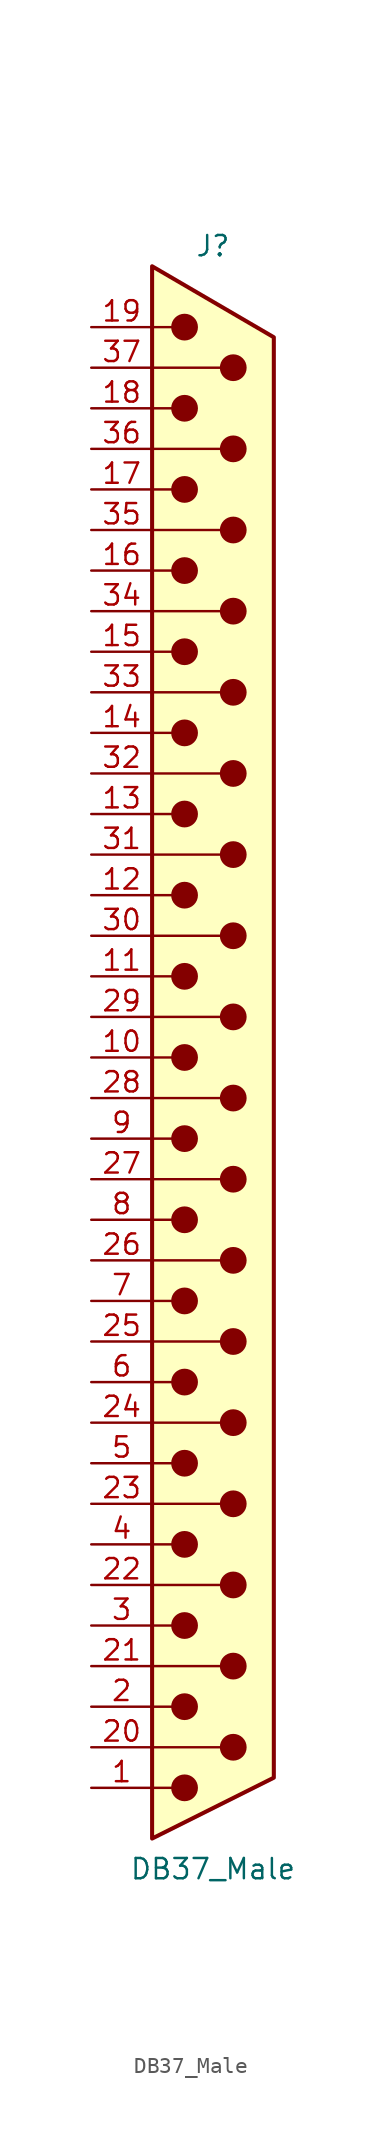
<source format=kicad_sym>
(kicad_symbol_lib
  (version 20201005)
  (generator kicad_symbol_editor)
  (symbol "DB37_Male"
    (pin_names
      (offset 1.016) hide)
    (property "Reference" "J"
      (at 0 50.8 0)
      (effects (font (size 1.27 1.27))))
    (property "Value" "DB37_Male"
      (at 0 -50.8 0)
      (effects (font (size 1.27 1.27))))
    (symbol "DB37_Male_0_1"
      (circle (center -1.778 -45.72) (radius 0.762) (stroke (width 0)) (fill (type outline)))
      (circle (center -1.778 -40.64) (radius 0.762) (stroke (width 0)) (fill (type outline)))
      (circle (center -1.778 -35.56) (radius 0.762) (stroke (width 0)) (fill (type outline)))
      (circle (center -1.778 -30.48) (radius 0.762) (stroke (width 0)) (fill (type outline)))
      (circle (center -1.778 -25.4) (radius 0.762) (stroke (width 0)) (fill (type outline)))
      (circle (center -1.778 -20.32) (radius 0.762) (stroke (width 0)) (fill (type outline)))
      (circle (center -1.778 -15.24) (radius 0.762) (stroke (width 0)) (fill (type outline)))
      (circle (center -1.778 -10.16) (radius 0.762) (stroke (width 0)) (fill (type outline)))
      (circle (center -1.778 -5.08) (radius 0.762) (stroke (width 0)) (fill (type outline)))
      (circle (center -1.778 0) (radius 0.762) (stroke (width 0)) (fill (type outline)))
      (circle (center -1.778 5.08) (radius 0.762) (stroke (width 0)) (fill (type outline)))
      (circle (center -1.778 10.16) (radius 0.762) (stroke (width 0)) (fill (type outline)))
      (circle (center -1.778 15.24) (radius 0.762) (stroke (width 0)) (fill (type outline)))
      (circle (center -1.778 20.32) (radius 0.762) (stroke (width 0)) (fill (type outline)))
      (circle (center -1.778 25.4) (radius 0.762) (stroke (width 0)) (fill (type outline)))
      (circle (center -1.778 30.48) (radius 0.762) (stroke (width 0)) (fill (type outline)))
      (circle (center -1.778 35.56) (radius 0.762) (stroke (width 0)) (fill (type outline)))
      (circle (center -1.778 40.64) (radius 0.762) (stroke (width 0)) (fill (type outline)))
      (circle (center -1.778 45.72) (radius 0.762) (stroke (width 0)) (fill (type outline)))
      (circle (center 1.27 -43.18) (radius 0.762) (stroke (width 0)) (fill (type outline)))
      (circle (center 1.27 -38.1) (radius 0.762) (stroke (width 0)) (fill (type outline)))
      (circle (center 1.27 -33.02) (radius 0.762) (stroke (width 0)) (fill (type outline)))
      (circle (center 1.27 -27.94) (radius 0.762) (stroke (width 0)) (fill (type outline)))
      (circle (center 1.27 -22.86) (radius 0.762) (stroke (width 0)) (fill (type outline)))
      (circle (center 1.27 -17.78) (radius 0.762) (stroke (width 0)) (fill (type outline)))
      (circle (center 1.27 -12.7) (radius 0.762) (stroke (width 0)) (fill (type outline)))
      (circle (center 1.27 -7.62) (radius 0.762) (stroke (width 0)) (fill (type outline)))
      (circle (center 1.27 -2.54) (radius 0.762) (stroke (width 0)) (fill (type outline)))
      (circle (center 1.27 2.54) (radius 0.762) (stroke (width 0)) (fill (type outline)))
      (circle (center 1.27 7.62) (radius 0.762) (stroke (width 0)) (fill (type outline)))
      (circle (center 1.27 12.7) (radius 0.762) (stroke (width 0)) (fill (type outline)))
      (circle (center 1.27 17.78) (radius 0.762) (stroke (width 0)) (fill (type outline)))
      (circle (center 1.27 22.86) (radius 0.762) (stroke (width 0)) (fill (type outline)))
      (circle (center 1.27 27.94) (radius 0.762) (stroke (width 0)) (fill (type outline)))
      (circle (center 1.27 33.02) (radius 0.762) (stroke (width 0)) (fill (type outline)))
      (circle (center 1.27 38.1) (radius 0.762) (stroke (width 0)) (fill (type outline)))
      (circle (center 1.27 43.18) (radius 0.762) (stroke (width 0)) (fill (type outline)))
      (polyline (pts (xy -3.81 -45.72) (xy -2.54 -45.72)) (stroke (width 0)) (fill (type none)))
      (polyline (pts (xy -3.81 -43.18) (xy 0.508 -43.18)) (stroke (width 0)) (fill (type none)))
      (polyline (pts (xy -3.81 -40.64) (xy -2.54 -40.64)) (stroke (width 0)) (fill (type none)))
      (polyline (pts (xy -3.81 -38.1) (xy 0.508 -38.1)) (stroke (width 0)) (fill (type none)))
      (polyline (pts (xy -3.81 -35.56) (xy -2.54 -35.56)) (stroke (width 0)) (fill (type none)))
      (polyline (pts (xy -3.81 -33.02) (xy 0.508 -33.02)) (stroke (width 0)) (fill (type none)))
      (polyline (pts (xy -3.81 -30.48) (xy -2.54 -30.48)) (stroke (width 0)) (fill (type none)))
      (polyline (pts (xy -3.81 -27.94) (xy 0.508 -27.94)) (stroke (width 0)) (fill (type none)))
      (polyline (pts (xy -3.81 -25.4) (xy -2.54 -25.4)) (stroke (width 0)) (fill (type none)))
      (polyline (pts (xy -3.81 -22.86) (xy 0.508 -22.86)) (stroke (width 0)) (fill (type none)))
      (polyline (pts (xy -3.81 -20.32) (xy -2.54 -20.32)) (stroke (width 0)) (fill (type none)))
      (polyline (pts (xy -3.81 -17.78) (xy 0.508 -17.78)) (stroke (width 0)) (fill (type none)))
      (polyline (pts (xy -3.81 -15.24) (xy -2.54 -15.24)) (stroke (width 0)) (fill (type none)))
      (polyline (pts (xy -3.81 -12.7) (xy 0.508 -12.7)) (stroke (width 0)) (fill (type none)))
      (polyline (pts (xy -3.81 -10.16) (xy -2.54 -10.16)) (stroke (width 0)) (fill (type none)))
      (polyline (pts (xy -3.81 -7.62) (xy 0.508 -7.62)) (stroke (width 0)) (fill (type none)))
      (polyline (pts (xy -3.81 -5.08) (xy -2.54 -5.08)) (stroke (width 0)) (fill (type none)))
      (polyline (pts (xy -3.81 -2.54) (xy 0.508 -2.54)) (stroke (width 0)) (fill (type none)))
      (polyline (pts (xy -3.81 0) (xy -2.54 0)) (stroke (width 0)) (fill (type none)))
      (polyline (pts (xy -3.81 2.54) (xy 0.508 2.54)) (stroke (width 0)) (fill (type none)))
      (polyline (pts (xy -3.81 5.08) (xy -2.54 5.08)) (stroke (width 0)) (fill (type none)))
      (polyline (pts (xy -3.81 7.62) (xy 0.508 7.62)) (stroke (width 0)) (fill (type none)))
      (polyline (pts (xy -3.81 10.16) (xy -2.54 10.16)) (stroke (width 0)) (fill (type none)))
      (polyline (pts (xy -3.81 12.7) (xy 0.508 12.7)) (stroke (width 0)) (fill (type none)))
      (polyline (pts (xy -3.81 15.24) (xy -2.54 15.24)) (stroke (width 0)) (fill (type none)))
      (polyline (pts (xy -3.81 17.78) (xy 0.508 17.78)) (stroke (width 0)) (fill (type none)))
      (polyline (pts (xy -3.81 20.32) (xy -2.54 20.32)) (stroke (width 0)) (fill (type none)))
      (polyline (pts (xy -3.81 22.86) (xy 0.508 22.86)) (stroke (width 0)) (fill (type none)))
      (polyline (pts (xy -3.81 25.4) (xy -2.54 25.4)) (stroke (width 0)) (fill (type none)))
      (polyline (pts (xy -3.81 27.94) (xy 0.508 27.94)) (stroke (width 0)) (fill (type none)))
      (polyline (pts (xy -3.81 30.48) (xy -2.54 30.48)) (stroke (width 0)) (fill (type none)))
      (polyline (pts (xy -3.81 33.02) (xy 0.508 33.02)) (stroke (width 0)) (fill (type none)))
      (polyline (pts (xy -3.81 35.56) (xy -2.54 35.56)) (stroke (width 0)) (fill (type none)))
      (polyline (pts (xy -3.81 38.1) (xy 0.508 38.1)) (stroke (width 0)) (fill (type none)))
      (polyline (pts (xy -3.81 40.64) (xy -2.54 40.64)) (stroke (width 0)) (fill (type none)))
      (polyline (pts (xy -3.81 43.18) (xy 0.508 43.18)) (stroke (width 0)) (fill (type none)))
      (polyline (pts (xy -3.81 45.72) (xy -2.54 45.72)) (stroke (width 0)) (fill (type none)))
      (polyline (pts (xy -3.81 49.53) (xy 3.81 45.085) (xy 3.81 -45.085) (xy -3.81 -48.895) (xy -3.81 49.53)) (stroke (width 0.254)) (fill (type background))))
    (symbol "DB37_Male_1_1"
      (pin passive line (at -7.62 -45.72 0) (length 3.81) (name "1" (effects (font (size 1.27 1.27)))) (number "1" (effects (font (size 1.27 1.27)))))
      (pin passive line (at -7.62 0 0) (length 3.81) (name "10" (effects (font (size 1.27 1.27)))) (number "10" (effects (font (size 1.27 1.27)))))
      (pin passive line (at -7.62 5.08 0) (length 3.81) (name "11" (effects (font (size 1.27 1.27)))) (number "11" (effects (font (size 1.27 1.27)))))
      (pin passive line (at -7.62 10.16 0) (length 3.81) (name "12" (effects (font (size 1.27 1.27)))) (number "12" (effects (font (size 1.27 1.27)))))
      (pin passive line (at -7.62 15.24 0) (length 3.81) (name "13" (effects (font (size 1.27 1.27)))) (number "13" (effects (font (size 1.27 1.27)))))
      (pin passive line (at -7.62 20.32 0) (length 3.81) (name "14" (effects (font (size 1.27 1.27)))) (number "14" (effects (font (size 1.27 1.27)))))
      (pin passive line (at -7.62 25.4 0) (length 3.81) (name "15" (effects (font (size 1.27 1.27)))) (number "15" (effects (font (size 1.27 1.27)))))
      (pin passive line (at -7.62 30.48 0) (length 3.81) (name "16" (effects (font (size 1.27 1.27)))) (number "16" (effects (font (size 1.27 1.27)))))
      (pin passive line (at -7.62 35.56 0) (length 3.81) (name "17" (effects (font (size 1.27 1.27)))) (number "17" (effects (font (size 1.27 1.27)))))
      (pin passive line (at -7.62 40.64 0) (length 3.81) (name "18" (effects (font (size 1.27 1.27)))) (number "18" (effects (font (size 1.27 1.27)))))
      (pin passive line (at -7.62 45.72 0) (length 3.81) (name "19" (effects (font (size 1.27 1.27)))) (number "19" (effects (font (size 1.27 1.27)))))
      (pin passive line (at -7.62 -40.64 0) (length 3.81) (name "2" (effects (font (size 1.27 1.27)))) (number "2" (effects (font (size 1.27 1.27)))))
      (pin passive line (at -7.62 -43.18 0) (length 3.81) (name "20" (effects (font (size 1.27 1.27)))) (number "20" (effects (font (size 1.27 1.27)))))
      (pin passive line (at -7.62 -38.1 0) (length 3.81) (name "21" (effects (font (size 1.27 1.27)))) (number "21" (effects (font (size 1.27 1.27)))))
      (pin passive line (at -7.62 -33.02 0) (length 3.81) (name "22" (effects (font (size 1.27 1.27)))) (number "22" (effects (font (size 1.27 1.27)))))
      (pin passive line (at -7.62 -27.94 0) (length 3.81) (name "23" (effects (font (size 1.27 1.27)))) (number "23" (effects (font (size 1.27 1.27)))))
      (pin passive line (at -7.62 -22.86 0) (length 3.81) (name "24" (effects (font (size 1.27 1.27)))) (number "24" (effects (font (size 1.27 1.27)))))
      (pin passive line (at -7.62 -17.78 0) (length 3.81) (name "25" (effects (font (size 1.27 1.27)))) (number "25" (effects (font (size 1.27 1.27)))))
      (pin passive line (at -7.62 -12.7 0) (length 3.81) (name "26" (effects (font (size 1.27 1.27)))) (number "26" (effects (font (size 1.27 1.27)))))
      (pin passive line (at -7.62 -7.62 0) (length 3.81) (name "27" (effects (font (size 1.27 1.27)))) (number "27" (effects (font (size 1.27 1.27)))))
      (pin passive line (at -7.62 -2.54 0) (length 3.81) (name "28" (effects (font (size 1.27 1.27)))) (number "28" (effects (font (size 1.27 1.27)))))
      (pin passive line (at -7.62 2.54 0) (length 3.81) (name "29" (effects (font (size 1.27 1.27)))) (number "29" (effects (font (size 1.27 1.27)))))
      (pin passive line (at -7.62 -35.56 0) (length 3.81) (name "3" (effects (font (size 1.27 1.27)))) (number "3" (effects (font (size 1.27 1.27)))))
      (pin passive line (at -7.62 7.62 0) (length 3.81) (name "30" (effects (font (size 1.27 1.27)))) (number "30" (effects (font (size 1.27 1.27)))))
      (pin passive line (at -7.62 12.7 0) (length 3.81) (name "31" (effects (font (size 1.27 1.27)))) (number "31" (effects (font (size 1.27 1.27)))))
      (pin passive line (at -7.62 17.78 0) (length 3.81) (name "32" (effects (font (size 1.27 1.27)))) (number "32" (effects (font (size 1.27 1.27)))))
      (pin passive line (at -7.62 22.86 0) (length 3.81) (name "33" (effects (font (size 1.27 1.27)))) (number "33" (effects (font (size 1.27 1.27)))))
      (pin passive line (at -7.62 27.94 0) (length 3.81) (name "34" (effects (font (size 1.27 1.27)))) (number "34" (effects (font (size 1.27 1.27)))))
      (pin passive line (at -7.62 33.02 0) (length 3.81) (name "35" (effects (font (size 1.27 1.27)))) (number "35" (effects (font (size 1.27 1.27)))))
      (pin passive line (at -7.62 38.1 0) (length 3.81) (name "36" (effects (font (size 1.27 1.27)))) (number "36" (effects (font (size 1.27 1.27)))))
      (pin passive line (at -7.62 43.18 0) (length 3.81) (name "37" (effects (font (size 1.27 1.27)))) (number "37" (effects (font (size 1.27 1.27)))))
      (pin passive line (at -7.62 -30.48 0) (length 3.81) (name "4" (effects (font (size 1.27 1.27)))) (number "4" (effects (font (size 1.27 1.27)))))
      (pin passive line (at -7.62 -25.4 0) (length 3.81) (name "5" (effects (font (size 1.27 1.27)))) (number "5" (effects (font (size 1.27 1.27)))))
      (pin passive line (at -7.62 -20.32 0) (length 3.81) (name "6" (effects (font (size 1.27 1.27)))) (number "6" (effects (font (size 1.27 1.27)))))
      (pin passive line (at -7.62 -15.24 0) (length 3.81) (name "7" (effects (font (size 1.27 1.27)))) (number "7" (effects (font (size 1.27 1.27)))))
      (pin passive line (at -7.62 -10.16 0) (length 3.81) (name "8" (effects (font (size 1.27 1.27)))) (number "8" (effects (font (size 1.27 1.27)))))
      (pin passive line (at -7.62 -5.08 0) (length 3.81) (name "9" (effects (font (size 1.27 1.27)))) (number "9" (effects (font (size 1.27 1.27))))))))
</source>
